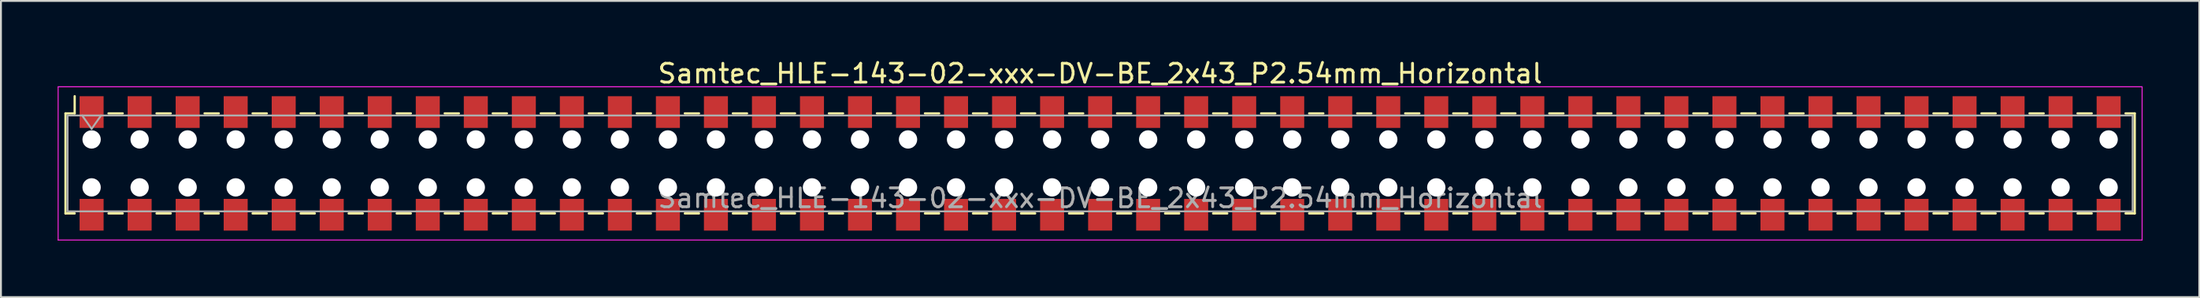
<source format=kicad_pcb>
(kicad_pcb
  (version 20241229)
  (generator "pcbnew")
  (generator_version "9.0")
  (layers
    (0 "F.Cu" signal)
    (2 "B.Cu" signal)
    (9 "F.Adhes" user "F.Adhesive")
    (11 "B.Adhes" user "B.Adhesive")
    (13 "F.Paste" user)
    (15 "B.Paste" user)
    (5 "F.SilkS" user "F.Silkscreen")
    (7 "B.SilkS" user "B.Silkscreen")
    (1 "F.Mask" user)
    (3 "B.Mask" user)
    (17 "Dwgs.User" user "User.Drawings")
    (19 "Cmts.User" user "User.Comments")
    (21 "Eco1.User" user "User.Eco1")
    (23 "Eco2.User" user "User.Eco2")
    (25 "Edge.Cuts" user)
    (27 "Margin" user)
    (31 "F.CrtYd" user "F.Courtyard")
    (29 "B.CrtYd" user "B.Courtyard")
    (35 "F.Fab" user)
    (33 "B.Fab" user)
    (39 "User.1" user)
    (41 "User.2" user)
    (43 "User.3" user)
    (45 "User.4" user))
  (footprint "Samtec_HLE-143-02-xxx-DV-BE_2x43_P2.54mm_Horizontal"
    (layer "F.Cu")
    (at 55.135 5.608)
    (property "Reference" "Samtec_HLE-143-02-xxx-DV-BE_2x43_P2.54mm_Horizontal" (at 0 -4.76 0) (layer "F.SilkS") (effects (font (size 1 1) (thickness 0.15))))
    (attr smd)
    (fp_line (start -54.72 -2.65) (end -54.72 2.65) (stroke (width 0.12) (type solid)) (layer "F.SilkS"))
    (fp_line (start -54.72 2.65) (end -54.235 2.65) (stroke (width 0.12) (type solid)) (layer "F.SilkS"))
    (fp_line (start -54.235 -3.56) (end -54.235 -2.65) (stroke (width 0.12) (type solid)) (layer "F.SilkS"))
    (fp_line (start -54.235 -2.65) (end -54.72 -2.65) (stroke (width 0.12) (type solid)) (layer "F.SilkS"))
    (fp_line (start -52.445 -2.65) (end -51.695 -2.65) (stroke (width 0.12) (type solid)) (layer "F.SilkS"))
    (fp_line (start -52.445 2.65) (end -51.695 2.65) (stroke (width 0.12) (type solid)) (layer "F.SilkS"))
    (fp_line (start -49.905 -2.65) (end -49.155 -2.65) (stroke (width 0.12) (type solid)) (layer "F.SilkS"))
    (fp_line (start -49.905 2.65) (end -49.155 2.65) (stroke (width 0.12) (type solid)) (layer "F.SilkS"))
    (fp_line (start -47.365 -2.65) (end -46.615 -2.65) (stroke (width 0.12) (type solid)) (layer "F.SilkS"))
    (fp_line (start -47.365 2.65) (end -46.615 2.65) (stroke (width 0.12) (type solid)) (layer "F.SilkS"))
    (fp_line (start -44.825 -2.65) (end -44.075 -2.65) (stroke (width 0.12) (type solid)) (layer "F.SilkS"))
    (fp_line (start -44.825 2.65) (end -44.075 2.65) (stroke (width 0.12) (type solid)) (layer "F.SilkS"))
    (fp_line (start -42.285 -2.65) (end -41.535 -2.65) (stroke (width 0.12) (type solid)) (layer "F.SilkS"))
    (fp_line (start -42.285 2.65) (end -41.535 2.65) (stroke (width 0.12) (type solid)) (layer "F.SilkS"))
    (fp_line (start -39.745 -2.65) (end -38.995 -2.65) (stroke (width 0.12) (type solid)) (layer "F.SilkS"))
    (fp_line (start -39.745 2.65) (end -38.995 2.65) (stroke (width 0.12) (type solid)) (layer "F.SilkS"))
    (fp_line (start -37.205 -2.65) (end -36.455 -2.65) (stroke (width 0.12) (type solid)) (layer "F.SilkS"))
    (fp_line (start -37.205 2.65) (end -36.455 2.65) (stroke (width 0.12) (type solid)) (layer "F.SilkS"))
    (fp_line (start -34.665 -2.65) (end -33.915 -2.65) (stroke (width 0.12) (type solid)) (layer "F.SilkS"))
    (fp_line (start -34.665 2.65) (end -33.915 2.65) (stroke (width 0.12) (type solid)) (layer "F.SilkS"))
    (fp_line (start -32.125 -2.65) (end -31.375 -2.65) (stroke (width 0.12) (type solid)) (layer "F.SilkS"))
    (fp_line (start -32.125 2.65) (end -31.375 2.65) (stroke (width 0.12) (type solid)) (layer "F.SilkS"))
    (fp_line (start -29.585 -2.65) (end -28.835 -2.65) (stroke (width 0.12) (type solid)) (layer "F.SilkS"))
    (fp_line (start -29.585 2.65) (end -28.835 2.65) (stroke (width 0.12) (type solid)) (layer "F.SilkS"))
    (fp_line (start -27.045 -2.65) (end -26.295 -2.65) (stroke (width 0.12) (type solid)) (layer "F.SilkS"))
    (fp_line (start -27.045 2.65) (end -26.295 2.65) (stroke (width 0.12) (type solid)) (layer "F.SilkS"))
    (fp_line (start -24.505 -2.65) (end -23.755 -2.65) (stroke (width 0.12) (type solid)) (layer "F.SilkS"))
    (fp_line (start -24.505 2.65) (end -23.755 2.65) (stroke (width 0.12) (type solid)) (layer "F.SilkS"))
    (fp_line (start -21.965 -2.65) (end -21.215 -2.65) (stroke (width 0.12) (type solid)) (layer "F.SilkS"))
    (fp_line (start -21.965 2.65) (end -21.215 2.65) (stroke (width 0.12) (type solid)) (layer "F.SilkS"))
    (fp_line (start -19.425 -2.65) (end -18.675 -2.65) (stroke (width 0.12) (type solid)) (layer "F.SilkS"))
    (fp_line (start -19.425 2.65) (end -18.675 2.65) (stroke (width 0.12) (type solid)) (layer "F.SilkS"))
    (fp_line (start -16.885 -2.65) (end -16.135 -2.65) (stroke (width 0.12) (type solid)) (layer "F.SilkS"))
    (fp_line (start -16.885 2.65) (end -16.135 2.65) (stroke (width 0.12) (type solid)) (layer "F.SilkS"))
    (fp_line (start -14.345 -2.65) (end -13.595 -2.65) (stroke (width 0.12) (type solid)) (layer "F.SilkS"))
    (fp_line (start -14.345 2.65) (end -13.595 2.65) (stroke (width 0.12) (type solid)) (layer "F.SilkS"))
    (fp_line (start -11.805 -2.65) (end -11.055 -2.65) (stroke (width 0.12) (type solid)) (layer "F.SilkS"))
    (fp_line (start -11.805 2.65) (end -11.055 2.65) (stroke (width 0.12) (type solid)) (layer "F.SilkS"))
    (fp_line (start -9.265 -2.65) (end -8.515 -2.65) (stroke (width 0.12) (type solid)) (layer "F.SilkS"))
    (fp_line (start -9.265 2.65) (end -8.515 2.65) (stroke (width 0.12) (type solid)) (layer "F.SilkS"))
    (fp_line (start -6.725 -2.65) (end -5.975 -2.65) (stroke (width 0.12) (type solid)) (layer "F.SilkS"))
    (fp_line (start -6.725 2.65) (end -5.975 2.65) (stroke (width 0.12) (type solid)) (layer "F.SilkS"))
    (fp_line (start -4.185 -2.65) (end -3.435 -2.65) (stroke (width 0.12) (type solid)) (layer "F.SilkS"))
    (fp_line (start -4.185 2.65) (end -3.435 2.65) (stroke (width 0.12) (type solid)) (layer "F.SilkS"))
    (fp_line (start -1.645 -2.65) (end -0.895 -2.65) (stroke (width 0.12) (type solid)) (layer "F.SilkS"))
    (fp_line (start -1.645 2.65) (end -0.895 2.65) (stroke (width 0.12) (type solid)) (layer "F.SilkS"))
    (fp_line (start 0.895 -2.65) (end 1.645 -2.65) (stroke (width 0.12) (type solid)) (layer "F.SilkS"))
    (fp_line (start 0.895 2.65) (end 1.645 2.65) (stroke (width 0.12) (type solid)) (layer "F.SilkS"))
    (fp_line (start 3.435 -2.65) (end 4.185 -2.65) (stroke (width 0.12) (type solid)) (layer "F.SilkS"))
    (fp_line (start 3.435 2.65) (end 4.185 2.65) (stroke (width 0.12) (type solid)) (layer "F.SilkS"))
    (fp_line (start 5.975 -2.65) (end 6.725 -2.65) (stroke (width 0.12) (type solid)) (layer "F.SilkS"))
    (fp_line (start 5.975 2.65) (end 6.725 2.65) (stroke (width 0.12) (type solid)) (layer "F.SilkS"))
    (fp_line (start 8.515 -2.65) (end 9.265 -2.65) (stroke (width 0.12) (type solid)) (layer "F.SilkS"))
    (fp_line (start 8.515 2.65) (end 9.265 2.65) (stroke (width 0.12) (type solid)) (layer "F.SilkS"))
    (fp_line (start 11.055 -2.65) (end 11.805 -2.65) (stroke (width 0.12) (type solid)) (layer "F.SilkS"))
    (fp_line (start 11.055 2.65) (end 11.805 2.65) (stroke (width 0.12) (type solid)) (layer "F.SilkS"))
    (fp_line (start 13.595 -2.65) (end 14.345 -2.65) (stroke (width 0.12) (type solid)) (layer "F.SilkS"))
    (fp_line (start 13.595 2.65) (end 14.345 2.65) (stroke (width 0.12) (type solid)) (layer "F.SilkS"))
    (fp_line (start 16.135 -2.65) (end 16.885 -2.65) (stroke (width 0.12) (type solid)) (layer "F.SilkS"))
    (fp_line (start 16.135 2.65) (end 16.885 2.65) (stroke (width 0.12) (type solid)) (layer "F.SilkS"))
    (fp_line (start 18.675 -2.65) (end 19.425 -2.65) (stroke (width 0.12) (type solid)) (layer "F.SilkS"))
    (fp_line (start 18.675 2.65) (end 19.425 2.65) (stroke (width 0.12) (type solid)) (layer "F.SilkS"))
    (fp_line (start 21.215 -2.65) (end 21.965 -2.65) (stroke (width 0.12) (type solid)) (layer "F.SilkS"))
    (fp_line (start 21.215 2.65) (end 21.965 2.65) (stroke (width 0.12) (type solid)) (layer "F.SilkS"))
    (fp_line (start 23.755 -2.65) (end 24.505 -2.65) (stroke (width 0.12) (type solid)) (layer "F.SilkS"))
    (fp_line (start 23.755 2.65) (end 24.505 2.65) (stroke (width 0.12) (type solid)) (layer "F.SilkS"))
    (fp_line (start 26.295 -2.65) (end 27.045 -2.65) (stroke (width 0.12) (type solid)) (layer "F.SilkS"))
    (fp_line (start 26.295 2.65) (end 27.045 2.65) (stroke (width 0.12) (type solid)) (layer "F.SilkS"))
    (fp_line (start 28.835 -2.65) (end 29.585 -2.65) (stroke (width 0.12) (type solid)) (layer "F.SilkS"))
    (fp_line (start 28.835 2.65) (end 29.585 2.65) (stroke (width 0.12) (type solid)) (layer "F.SilkS"))
    (fp_line (start 31.375 -2.65) (end 32.125 -2.65) (stroke (width 0.12) (type solid)) (layer "F.SilkS"))
    (fp_line (start 31.375 2.65) (end 32.125 2.65) (stroke (width 0.12) (type solid)) (layer "F.SilkS"))
    (fp_line (start 33.915 -2.65) (end 34.665 -2.65) (stroke (width 0.12) (type solid)) (layer "F.SilkS"))
    (fp_line (start 33.915 2.65) (end 34.665 2.65) (stroke (width 0.12) (type solid)) (layer "F.SilkS"))
    (fp_line (start 36.455 -2.65) (end 37.205 -2.65) (stroke (width 0.12) (type solid)) (layer "F.SilkS"))
    (fp_line (start 36.455 2.65) (end 37.205 2.65) (stroke (width 0.12) (type solid)) (layer "F.SilkS"))
    (fp_line (start 38.995 -2.65) (end 39.745 -2.65) (stroke (width 0.12) (type solid)) (layer "F.SilkS"))
    (fp_line (start 38.995 2.65) (end 39.745 2.65) (stroke (width 0.12) (type solid)) (layer "F.SilkS"))
    (fp_line (start 41.535 -2.65) (end 42.285 -2.65) (stroke (width 0.12) (type solid)) (layer "F.SilkS"))
    (fp_line (start 41.535 2.65) (end 42.285 2.65) (stroke (width 0.12) (type solid)) (layer "F.SilkS"))
    (fp_line (start 44.075 -2.65) (end 44.825 -2.65) (stroke (width 0.12) (type solid)) (layer "F.SilkS"))
    (fp_line (start 44.075 2.65) (end 44.825 2.65) (stroke (width 0.12) (type solid)) (layer "F.SilkS"))
    (fp_line (start 46.615 -2.65) (end 47.365 -2.65) (stroke (width 0.12) (type solid)) (layer "F.SilkS"))
    (fp_line (start 46.615 2.65) (end 47.365 2.65) (stroke (width 0.12) (type solid)) (layer "F.SilkS"))
    (fp_line (start 49.155 -2.65) (end 49.905 -2.65) (stroke (width 0.12) (type solid)) (layer "F.SilkS"))
    (fp_line (start 49.155 2.65) (end 49.905 2.65) (stroke (width 0.12) (type solid)) (layer "F.SilkS"))
    (fp_line (start 51.695 -2.65) (end 52.445 -2.65) (stroke (width 0.12) (type solid)) (layer "F.SilkS"))
    (fp_line (start 51.695 2.65) (end 52.445 2.65) (stroke (width 0.12) (type solid)) (layer "F.SilkS"))
    (fp_line (start 54.235 -2.65) (end 54.72 -2.65) (stroke (width 0.12) (type solid)) (layer "F.SilkS"))
    (fp_line (start 54.72 -2.65) (end 54.72 2.65) (stroke (width 0.12) (type solid)) (layer "F.SilkS"))
    (fp_line (start 54.72 2.65) (end 54.235 2.65) (stroke (width 0.12) (type solid)) (layer "F.SilkS"))
    (fp_line (start -55.11 -4.06) (end 55.11 -4.06) (stroke (width 0.05) (type solid)) (layer "F.CrtYd"))
    (fp_line (start -55.11 4.06) (end -55.11 -4.06) (stroke (width 0.05) (type solid)) (layer "F.CrtYd"))
    (fp_line (start 55.11 -4.06) (end 55.11 4.06) (stroke (width 0.05) (type solid)) (layer "F.CrtYd"))
    (fp_line (start 55.11 4.06) (end -55.11 4.06) (stroke (width 0.05) (type solid)) (layer "F.CrtYd"))
    (fp_line (start -54.61 -2.54) (end 54.61 -2.54) (stroke (width 0.1) (type solid)) (layer "F.Fab"))
    (fp_line (start -54.61 2.54) (end -54.61 -2.54) (stroke (width 0.1) (type solid)) (layer "F.Fab"))
    (fp_line (start -53.84 -2.54) (end -53.34 -1.833) (stroke (width 0.1) (type solid)) (layer "F.Fab"))
    (fp_line (start -53.34 -1.833) (end -52.84 -2.54) (stroke (width 0.1) (type solid)) (layer "F.Fab"))
    (fp_line (start 54.61 -2.54) (end 54.61 2.54) (stroke (width 0.1) (type solid)) (layer "F.Fab"))
    (fp_line (start 54.61 2.54) (end -54.61 2.54) (stroke (width 0.1) (type solid)) (layer "F.Fab"))
    (fp_text user "${REFERENCE}" (at 0 1.84 0) (layer "F.Fab") (effects (font (size 1 1) (thickness 0.15))))
    (pad "" np_thru_hole circle (at -53.34 -1.27) (size 0.97 0.97) (drill 0.97) (layers "*.Cu" "*.Mask"))
    (pad "" np_thru_hole circle (at -53.34 1.27) (size 0.97 0.97) (drill 0.97) (layers "*.Cu" "*.Mask"))
    (pad "" np_thru_hole circle (at -50.8 -1.27) (size 0.97 0.97) (drill 0.97) (layers "*.Cu" "*.Mask"))
    (pad "" np_thru_hole circle (at -50.8 1.27) (size 0.97 0.97) (drill 0.97) (layers "*.Cu" "*.Mask"))
    (pad "" np_thru_hole circle (at -48.26 -1.27) (size 0.97 0.97) (drill 0.97) (layers "*.Cu" "*.Mask"))
    (pad "" np_thru_hole circle (at -48.26 1.27) (size 0.97 0.97) (drill 0.97) (layers "*.Cu" "*.Mask"))
    (pad "" np_thru_hole circle (at -45.72 -1.27) (size 0.97 0.97) (drill 0.97) (layers "*.Cu" "*.Mask"))
    (pad "" np_thru_hole circle (at -45.72 1.27) (size 0.97 0.97) (drill 0.97) (layers "*.Cu" "*.Mask"))
    (pad "" np_thru_hole circle (at -43.18 -1.27) (size 0.97 0.97) (drill 0.97) (layers "*.Cu" "*.Mask"))
    (pad "" np_thru_hole circle (at -43.18 1.27) (size 0.97 0.97) (drill 0.97) (layers "*.Cu" "*.Mask"))
    (pad "" np_thru_hole circle (at -40.64 -1.27) (size 0.97 0.97) (drill 0.97) (layers "*.Cu" "*.Mask"))
    (pad "" np_thru_hole circle (at -40.64 1.27) (size 0.97 0.97) (drill 0.97) (layers "*.Cu" "*.Mask"))
    (pad "" np_thru_hole circle (at -38.1 -1.27) (size 0.97 0.97) (drill 0.97) (layers "*.Cu" "*.Mask"))
    (pad "" np_thru_hole circle (at -38.1 1.27) (size 0.97 0.97) (drill 0.97) (layers "*.Cu" "*.Mask"))
    (pad "" np_thru_hole circle (at -35.56 -1.27) (size 0.97 0.97) (drill 0.97) (layers "*.Cu" "*.Mask"))
    (pad "" np_thru_hole circle (at -35.56 1.27) (size 0.97 0.97) (drill 0.97) (layers "*.Cu" "*.Mask"))
    (pad "" np_thru_hole circle (at -33.02 -1.27) (size 0.97 0.97) (drill 0.97) (layers "*.Cu" "*.Mask"))
    (pad "" np_thru_hole circle (at -33.02 1.27) (size 0.97 0.97) (drill 0.97) (layers "*.Cu" "*.Mask"))
    (pad "" np_thru_hole circle (at -30.48 -1.27) (size 0.97 0.97) (drill 0.97) (layers "*.Cu" "*.Mask"))
    (pad "" np_thru_hole circle (at -30.48 1.27) (size 0.97 0.97) (drill 0.97) (layers "*.Cu" "*.Mask"))
    (pad "" np_thru_hole circle (at -27.94 -1.27) (size 0.97 0.97) (drill 0.97) (layers "*.Cu" "*.Mask"))
    (pad "" np_thru_hole circle (at -27.94 1.27) (size 0.97 0.97) (drill 0.97) (layers "*.Cu" "*.Mask"))
    (pad "" np_thru_hole circle (at -25.4 -1.27) (size 0.97 0.97) (drill 0.97) (layers "*.Cu" "*.Mask"))
    (pad "" np_thru_hole circle (at -25.4 1.27) (size 0.97 0.97) (drill 0.97) (layers "*.Cu" "*.Mask"))
    (pad "" np_thru_hole circle (at -22.86 -1.27) (size 0.97 0.97) (drill 0.97) (layers "*.Cu" "*.Mask"))
    (pad "" np_thru_hole circle (at -22.86 1.27) (size 0.97 0.97) (drill 0.97) (layers "*.Cu" "*.Mask"))
    (pad "" np_thru_hole circle (at -20.32 -1.27) (size 0.97 0.97) (drill 0.97) (layers "*.Cu" "*.Mask"))
    (pad "" np_thru_hole circle (at -20.32 1.27) (size 0.97 0.97) (drill 0.97) (layers "*.Cu" "*.Mask"))
    (pad "" np_thru_hole circle (at -17.78 -1.27) (size 0.97 0.97) (drill 0.97) (layers "*.Cu" "*.Mask"))
    (pad "" np_thru_hole circle (at -17.78 1.27) (size 0.97 0.97) (drill 0.97) (layers "*.Cu" "*.Mask"))
    (pad "" np_thru_hole circle (at -15.24 -1.27) (size 0.97 0.97) (drill 0.97) (layers "*.Cu" "*.Mask"))
    (pad "" np_thru_hole circle (at -15.24 1.27) (size 0.97 0.97) (drill 0.97) (layers "*.Cu" "*.Mask"))
    (pad "" np_thru_hole circle (at -12.7 -1.27) (size 0.97 0.97) (drill 0.97) (layers "*.Cu" "*.Mask"))
    (pad "" np_thru_hole circle (at -12.7 1.27) (size 0.97 0.97) (drill 0.97) (layers "*.Cu" "*.Mask"))
    (pad "" np_thru_hole circle (at -10.16 -1.27) (size 0.97 0.97) (drill 0.97) (layers "*.Cu" "*.Mask"))
    (pad "" np_thru_hole circle (at -10.16 1.27) (size 0.97 0.97) (drill 0.97) (layers "*.Cu" "*.Mask"))
    (pad "" np_thru_hole circle (at -7.62 -1.27) (size 0.97 0.97) (drill 0.97) (layers "*.Cu" "*.Mask"))
    (pad "" np_thru_hole circle (at -7.62 1.27) (size 0.97 0.97) (drill 0.97) (layers "*.Cu" "*.Mask"))
    (pad "" np_thru_hole circle (at -5.08 -1.27) (size 0.97 0.97) (drill 0.97) (layers "*.Cu" "*.Mask"))
    (pad "" np_thru_hole circle (at -5.08 1.27) (size 0.97 0.97) (drill 0.97) (layers "*.Cu" "*.Mask"))
    (pad "" np_thru_hole circle (at -2.54 -1.27) (size 0.97 0.97) (drill 0.97) (layers "*.Cu" "*.Mask"))
    (pad "" np_thru_hole circle (at -2.54 1.27) (size 0.97 0.97) (drill 0.97) (layers "*.Cu" "*.Mask"))
    (pad "" np_thru_hole circle (at 0 -1.27) (size 0.97 0.97) (drill 0.97) (layers "*.Cu" "*.Mask"))
    (pad "" np_thru_hole circle (at 0 1.27) (size 0.97 0.97) (drill 0.97) (layers "*.Cu" "*.Mask"))
    (pad "" np_thru_hole circle (at 2.54 -1.27) (size 0.97 0.97) (drill 0.97) (layers "*.Cu" "*.Mask"))
    (pad "" np_thru_hole circle (at 2.54 1.27) (size 0.97 0.97) (drill 0.97) (layers "*.Cu" "*.Mask"))
    (pad "" np_thru_hole circle (at 5.08 -1.27) (size 0.97 0.97) (drill 0.97) (layers "*.Cu" "*.Mask"))
    (pad "" np_thru_hole circle (at 5.08 1.27) (size 0.97 0.97) (drill 0.97) (layers "*.Cu" "*.Mask"))
    (pad "" np_thru_hole circle (at 7.62 -1.27) (size 0.97 0.97) (drill 0.97) (layers "*.Cu" "*.Mask"))
    (pad "" np_thru_hole circle (at 7.62 1.27) (size 0.97 0.97) (drill 0.97) (layers "*.Cu" "*.Mask"))
    (pad "" np_thru_hole circle (at 10.16 -1.27) (size 0.97 0.97) (drill 0.97) (layers "*.Cu" "*.Mask"))
    (pad "" np_thru_hole circle (at 10.16 1.27) (size 0.97 0.97) (drill 0.97) (layers "*.Cu" "*.Mask"))
    (pad "" np_thru_hole circle (at 12.7 -1.27) (size 0.97 0.97) (drill 0.97) (layers "*.Cu" "*.Mask"))
    (pad "" np_thru_hole circle (at 12.7 1.27) (size 0.97 0.97) (drill 0.97) (layers "*.Cu" "*.Mask"))
    (pad "" np_thru_hole circle (at 15.24 -1.27) (size 0.97 0.97) (drill 0.97) (layers "*.Cu" "*.Mask"))
    (pad "" np_thru_hole circle (at 15.24 1.27) (size 0.97 0.97) (drill 0.97) (layers "*.Cu" "*.Mask"))
    (pad "" np_thru_hole circle (at 17.78 -1.27) (size 0.97 0.97) (drill 0.97) (layers "*.Cu" "*.Mask"))
    (pad "" np_thru_hole circle (at 17.78 1.27) (size 0.97 0.97) (drill 0.97) (layers "*.Cu" "*.Mask"))
    (pad "" np_thru_hole circle (at 20.32 -1.27) (size 0.97 0.97) (drill 0.97) (layers "*.Cu" "*.Mask"))
    (pad "" np_thru_hole circle (at 20.32 1.27) (size 0.97 0.97) (drill 0.97) (layers "*.Cu" "*.Mask"))
    (pad "" np_thru_hole circle (at 22.86 -1.27) (size 0.97 0.97) (drill 0.97) (layers "*.Cu" "*.Mask"))
    (pad "" np_thru_hole circle (at 22.86 1.27) (size 0.97 0.97) (drill 0.97) (layers "*.Cu" "*.Mask"))
    (pad "" np_thru_hole circle (at 25.4 -1.27) (size 0.97 0.97) (drill 0.97) (layers "*.Cu" "*.Mask"))
    (pad "" np_thru_hole circle (at 25.4 1.27) (size 0.97 0.97) (drill 0.97) (layers "*.Cu" "*.Mask"))
    (pad "" np_thru_hole circle (at 27.94 -1.27) (size 0.97 0.97) (drill 0.97) (layers "*.Cu" "*.Mask"))
    (pad "" np_thru_hole circle (at 27.94 1.27) (size 0.97 0.97) (drill 0.97) (layers "*.Cu" "*.Mask"))
    (pad "" np_thru_hole circle (at 30.48 -1.27) (size 0.97 0.97) (drill 0.97) (layers "*.Cu" "*.Mask"))
    (pad "" np_thru_hole circle (at 30.48 1.27) (size 0.97 0.97) (drill 0.97) (layers "*.Cu" "*.Mask"))
    (pad "" np_thru_hole circle (at 33.02 -1.27) (size 0.97 0.97) (drill 0.97) (layers "*.Cu" "*.Mask"))
    (pad "" np_thru_hole circle (at 33.02 1.27) (size 0.97 0.97) (drill 0.97) (layers "*.Cu" "*.Mask"))
    (pad "" np_thru_hole circle (at 35.56 -1.27) (size 0.97 0.97) (drill 0.97) (layers "*.Cu" "*.Mask"))
    (pad "" np_thru_hole circle (at 35.56 1.27) (size 0.97 0.97) (drill 0.97) (layers "*.Cu" "*.Mask"))
    (pad "" np_thru_hole circle (at 38.1 -1.27) (size 0.97 0.97) (drill 0.97) (layers "*.Cu" "*.Mask"))
    (pad "" np_thru_hole circle (at 38.1 1.27) (size 0.97 0.97) (drill 0.97) (layers "*.Cu" "*.Mask"))
    (pad "" np_thru_hole circle (at 40.64 -1.27) (size 0.97 0.97) (drill 0.97) (layers "*.Cu" "*.Mask"))
    (pad "" np_thru_hole circle (at 40.64 1.27) (size 0.97 0.97) (drill 0.97) (layers "*.Cu" "*.Mask"))
    (pad "" np_thru_hole circle (at 43.18 -1.27) (size 0.97 0.97) (drill 0.97) (layers "*.Cu" "*.Mask"))
    (pad "" np_thru_hole circle (at 43.18 1.27) (size 0.97 0.97) (drill 0.97) (layers "*.Cu" "*.Mask"))
    (pad "" np_thru_hole circle (at 45.72 -1.27) (size 0.97 0.97) (drill 0.97) (layers "*.Cu" "*.Mask"))
    (pad "" np_thru_hole circle (at 45.72 1.27) (size 0.97 0.97) (drill 0.97) (layers "*.Cu" "*.Mask"))
    (pad "" np_thru_hole circle (at 48.26 -1.27) (size 0.97 0.97) (drill 0.97) (layers "*.Cu" "*.Mask"))
    (pad "" np_thru_hole circle (at 48.26 1.27) (size 0.97 0.97) (drill 0.97) (layers "*.Cu" "*.Mask"))
    (pad "" np_thru_hole circle (at 50.8 -1.27) (size 0.97 0.97) (drill 0.97) (layers "*.Cu" "*.Mask"))
    (pad "" np_thru_hole circle (at 50.8 1.27) (size 0.97 0.97) (drill 0.97) (layers "*.Cu" "*.Mask"))
    (pad "" np_thru_hole circle (at 53.34 -1.27) (size 0.97 0.97) (drill 0.97) (layers "*.Cu" "*.Mask"))
    (pad "" np_thru_hole circle (at 53.34 1.27) (size 0.97 0.97) (drill 0.97) (layers "*.Cu" "*.Mask"))
    (pad "1" smd rect (at -53.34 -2.72) (size 1.27 1.68) (layers "F.Cu" "F.Mask" "F.Paste"))
    (pad "2" smd rect (at -53.34 2.72) (size 1.27 1.68) (layers "F.Cu" "F.Mask" "F.Paste"))
    (pad "3" smd rect (at -50.8 -2.72) (size 1.27 1.68) (layers "F.Cu" "F.Mask" "F.Paste"))
    (pad "4" smd rect (at -50.8 2.72) (size 1.27 1.68) (layers "F.Cu" "F.Mask" "F.Paste"))
    (pad "5" smd rect (at -48.26 -2.72) (size 1.27 1.68) (layers "F.Cu" "F.Mask" "F.Paste"))
    (pad "6" smd rect (at -48.26 2.72) (size 1.27 1.68) (layers "F.Cu" "F.Mask" "F.Paste"))
    (pad "7" smd rect (at -45.72 -2.72) (size 1.27 1.68) (layers "F.Cu" "F.Mask" "F.Paste"))
    (pad "8" smd rect (at -45.72 2.72) (size 1.27 1.68) (layers "F.Cu" "F.Mask" "F.Paste"))
    (pad "9" smd rect (at -43.18 -2.72) (size 1.27 1.68) (layers "F.Cu" "F.Mask" "F.Paste"))
    (pad "10" smd rect (at -43.18 2.72) (size 1.27 1.68) (layers "F.Cu" "F.Mask" "F.Paste"))
    (pad "11" smd rect (at -40.64 -2.72) (size 1.27 1.68) (layers "F.Cu" "F.Mask" "F.Paste"))
    (pad "12" smd rect (at -40.64 2.72) (size 1.27 1.68) (layers "F.Cu" "F.Mask" "F.Paste"))
    (pad "13" smd rect (at -38.1 -2.72) (size 1.27 1.68) (layers "F.Cu" "F.Mask" "F.Paste"))
    (pad "14" smd rect (at -38.1 2.72) (size 1.27 1.68) (layers "F.Cu" "F.Mask" "F.Paste"))
    (pad "15" smd rect (at -35.56 -2.72) (size 1.27 1.68) (layers "F.Cu" "F.Mask" "F.Paste"))
    (pad "16" smd rect (at -35.56 2.72) (size 1.27 1.68) (layers "F.Cu" "F.Mask" "F.Paste"))
    (pad "17" smd rect (at -33.02 -2.72) (size 1.27 1.68) (layers "F.Cu" "F.Mask" "F.Paste"))
    (pad "18" smd rect (at -33.02 2.72) (size 1.27 1.68) (layers "F.Cu" "F.Mask" "F.Paste"))
    (pad "19" smd rect (at -30.48 -2.72) (size 1.27 1.68) (layers "F.Cu" "F.Mask" "F.Paste"))
    (pad "20" smd rect (at -30.48 2.72) (size 1.27 1.68) (layers "F.Cu" "F.Mask" "F.Paste"))
    (pad "21" smd rect (at -27.94 -2.72) (size 1.27 1.68) (layers "F.Cu" "F.Mask" "F.Paste"))
    (pad "22" smd rect (at -27.94 2.72) (size 1.27 1.68) (layers "F.Cu" "F.Mask" "F.Paste"))
    (pad "23" smd rect (at -25.4 -2.72) (size 1.27 1.68) (layers "F.Cu" "F.Mask" "F.Paste"))
    (pad "24" smd rect (at -25.4 2.72) (size 1.27 1.68) (layers "F.Cu" "F.Mask" "F.Paste"))
    (pad "25" smd rect (at -22.86 -2.72) (size 1.27 1.68) (layers "F.Cu" "F.Mask" "F.Paste"))
    (pad "26" smd rect (at -22.86 2.72) (size 1.27 1.68) (layers "F.Cu" "F.Mask" "F.Paste"))
    (pad "27" smd rect (at -20.32 -2.72) (size 1.27 1.68) (layers "F.Cu" "F.Mask" "F.Paste"))
    (pad "28" smd rect (at -20.32 2.72) (size 1.27 1.68) (layers "F.Cu" "F.Mask" "F.Paste"))
    (pad "29" smd rect (at -17.78 -2.72) (size 1.27 1.68) (layers "F.Cu" "F.Mask" "F.Paste"))
    (pad "30" smd rect (at -17.78 2.72) (size 1.27 1.68) (layers "F.Cu" "F.Mask" "F.Paste"))
    (pad "31" smd rect (at -15.24 -2.72) (size 1.27 1.68) (layers "F.Cu" "F.Mask" "F.Paste"))
    (pad "32" smd rect (at -15.24 2.72) (size 1.27 1.68) (layers "F.Cu" "F.Mask" "F.Paste"))
    (pad "33" smd rect (at -12.7 -2.72) (size 1.27 1.68) (layers "F.Cu" "F.Mask" "F.Paste"))
    (pad "34" smd rect (at -12.7 2.72) (size 1.27 1.68) (layers "F.Cu" "F.Mask" "F.Paste"))
    (pad "35" smd rect (at -10.16 -2.72) (size 1.27 1.68) (layers "F.Cu" "F.Mask" "F.Paste"))
    (pad "36" smd rect (at -10.16 2.72) (size 1.27 1.68) (layers "F.Cu" "F.Mask" "F.Paste"))
    (pad "37" smd rect (at -7.62 -2.72) (size 1.27 1.68) (layers "F.Cu" "F.Mask" "F.Paste"))
    (pad "38" smd rect (at -7.62 2.72) (size 1.27 1.68) (layers "F.Cu" "F.Mask" "F.Paste"))
    (pad "39" smd rect (at -5.08 -2.72) (size 1.27 1.68) (layers "F.Cu" "F.Mask" "F.Paste"))
    (pad "40" smd rect (at -5.08 2.72) (size 1.27 1.68) (layers "F.Cu" "F.Mask" "F.Paste"))
    (pad "41" smd rect (at -2.54 -2.72) (size 1.27 1.68) (layers "F.Cu" "F.Mask" "F.Paste"))
    (pad "42" smd rect (at -2.54 2.72) (size 1.27 1.68) (layers "F.Cu" "F.Mask" "F.Paste"))
    (pad "43" smd rect (at 0 -2.72) (size 1.27 1.68) (layers "F.Cu" "F.Mask" "F.Paste"))
    (pad "44" smd rect (at 0 2.72) (size 1.27 1.68) (layers "F.Cu" "F.Mask" "F.Paste"))
    (pad "45" smd rect (at 2.54 -2.72) (size 1.27 1.68) (layers "F.Cu" "F.Mask" "F.Paste"))
    (pad "46" smd rect (at 2.54 2.72) (size 1.27 1.68) (layers "F.Cu" "F.Mask" "F.Paste"))
    (pad "47" smd rect (at 5.08 -2.72) (size 1.27 1.68) (layers "F.Cu" "F.Mask" "F.Paste"))
    (pad "48" smd rect (at 5.08 2.72) (size 1.27 1.68) (layers "F.Cu" "F.Mask" "F.Paste"))
    (pad "49" smd rect (at 7.62 -2.72) (size 1.27 1.68) (layers "F.Cu" "F.Mask" "F.Paste"))
    (pad "50" smd rect (at 7.62 2.72) (size 1.27 1.68) (layers "F.Cu" "F.Mask" "F.Paste"))
    (pad "51" smd rect (at 10.16 -2.72) (size 1.27 1.68) (layers "F.Cu" "F.Mask" "F.Paste"))
    (pad "52" smd rect (at 10.16 2.72) (size 1.27 1.68) (layers "F.Cu" "F.Mask" "F.Paste"))
    (pad "53" smd rect (at 12.7 -2.72) (size 1.27 1.68) (layers "F.Cu" "F.Mask" "F.Paste"))
    (pad "54" smd rect (at 12.7 2.72) (size 1.27 1.68) (layers "F.Cu" "F.Mask" "F.Paste"))
    (pad "55" smd rect (at 15.24 -2.72) (size 1.27 1.68) (layers "F.Cu" "F.Mask" "F.Paste"))
    (pad "56" smd rect (at 15.24 2.72) (size 1.27 1.68) (layers "F.Cu" "F.Mask" "F.Paste"))
    (pad "57" smd rect (at 17.78 -2.72) (size 1.27 1.68) (layers "F.Cu" "F.Mask" "F.Paste"))
    (pad "58" smd rect (at 17.78 2.72) (size 1.27 1.68) (layers "F.Cu" "F.Mask" "F.Paste"))
    (pad "59" smd rect (at 20.32 -2.72) (size 1.27 1.68) (layers "F.Cu" "F.Mask" "F.Paste"))
    (pad "60" smd rect (at 20.32 2.72) (size 1.27 1.68) (layers "F.Cu" "F.Mask" "F.Paste"))
    (pad "61" smd rect (at 22.86 -2.72) (size 1.27 1.68) (layers "F.Cu" "F.Mask" "F.Paste"))
    (pad "62" smd rect (at 22.86 2.72) (size 1.27 1.68) (layers "F.Cu" "F.Mask" "F.Paste"))
    (pad "63" smd rect (at 25.4 -2.72) (size 1.27 1.68) (layers "F.Cu" "F.Mask" "F.Paste"))
    (pad "64" smd rect (at 25.4 2.72) (size 1.27 1.68) (layers "F.Cu" "F.Mask" "F.Paste"))
    (pad "65" smd rect (at 27.94 -2.72) (size 1.27 1.68) (layers "F.Cu" "F.Mask" "F.Paste"))
    (pad "66" smd rect (at 27.94 2.72) (size 1.27 1.68) (layers "F.Cu" "F.Mask" "F.Paste"))
    (pad "67" smd rect (at 30.48 -2.72) (size 1.27 1.68) (layers "F.Cu" "F.Mask" "F.Paste"))
    (pad "68" smd rect (at 30.48 2.72) (size 1.27 1.68) (layers "F.Cu" "F.Mask" "F.Paste"))
    (pad "69" smd rect (at 33.02 -2.72) (size 1.27 1.68) (layers "F.Cu" "F.Mask" "F.Paste"))
    (pad "70" smd rect (at 33.02 2.72) (size 1.27 1.68) (layers "F.Cu" "F.Mask" "F.Paste"))
    (pad "71" smd rect (at 35.56 -2.72) (size 1.27 1.68) (layers "F.Cu" "F.Mask" "F.Paste"))
    (pad "72" smd rect (at 35.56 2.72) (size 1.27 1.68) (layers "F.Cu" "F.Mask" "F.Paste"))
    (pad "73" smd rect (at 38.1 -2.72) (size 1.27 1.68) (layers "F.Cu" "F.Mask" "F.Paste"))
    (pad "74" smd rect (at 38.1 2.72) (size 1.27 1.68) (layers "F.Cu" "F.Mask" "F.Paste"))
    (pad "75" smd rect (at 40.64 -2.72) (size 1.27 1.68) (layers "F.Cu" "F.Mask" "F.Paste"))
    (pad "76" smd rect (at 40.64 2.72) (size 1.27 1.68) (layers "F.Cu" "F.Mask" "F.Paste"))
    (pad "77" smd rect (at 43.18 -2.72) (size 1.27 1.68) (layers "F.Cu" "F.Mask" "F.Paste"))
    (pad "78" smd rect (at 43.18 2.72) (size 1.27 1.68) (layers "F.Cu" "F.Mask" "F.Paste"))
    (pad "79" smd rect (at 45.72 -2.72) (size 1.27 1.68) (layers "F.Cu" "F.Mask" "F.Paste"))
    (pad "80" smd rect (at 45.72 2.72) (size 1.27 1.68) (layers "F.Cu" "F.Mask" "F.Paste"))
    (pad "81" smd rect (at 48.26 -2.72) (size 1.27 1.68) (layers "F.Cu" "F.Mask" "F.Paste"))
    (pad "82" smd rect (at 48.26 2.72) (size 1.27 1.68) (layers "F.Cu" "F.Mask" "F.Paste"))
    (pad "83" smd rect (at 50.8 -2.72) (size 1.27 1.68) (layers "F.Cu" "F.Mask" "F.Paste"))
    (pad "84" smd rect (at 50.8 2.72) (size 1.27 1.68) (layers "F.Cu" "F.Mask" "F.Paste"))
    (pad "85" smd rect (at 53.34 -2.72) (size 1.27 1.68) (layers "F.Cu" "F.Mask" "F.Paste"))
    (pad "86" smd rect (at 53.34 2.72) (size 1.27 1.68) (layers "F.Cu" "F.Mask" "F.Paste")))
  (gr_rect
    (start -3 -3)
    (end 113.27 12.693)
    (stroke (width 0.1) (type default))
    (fill no)
    (layer "Edge.Cuts")))
</source>
